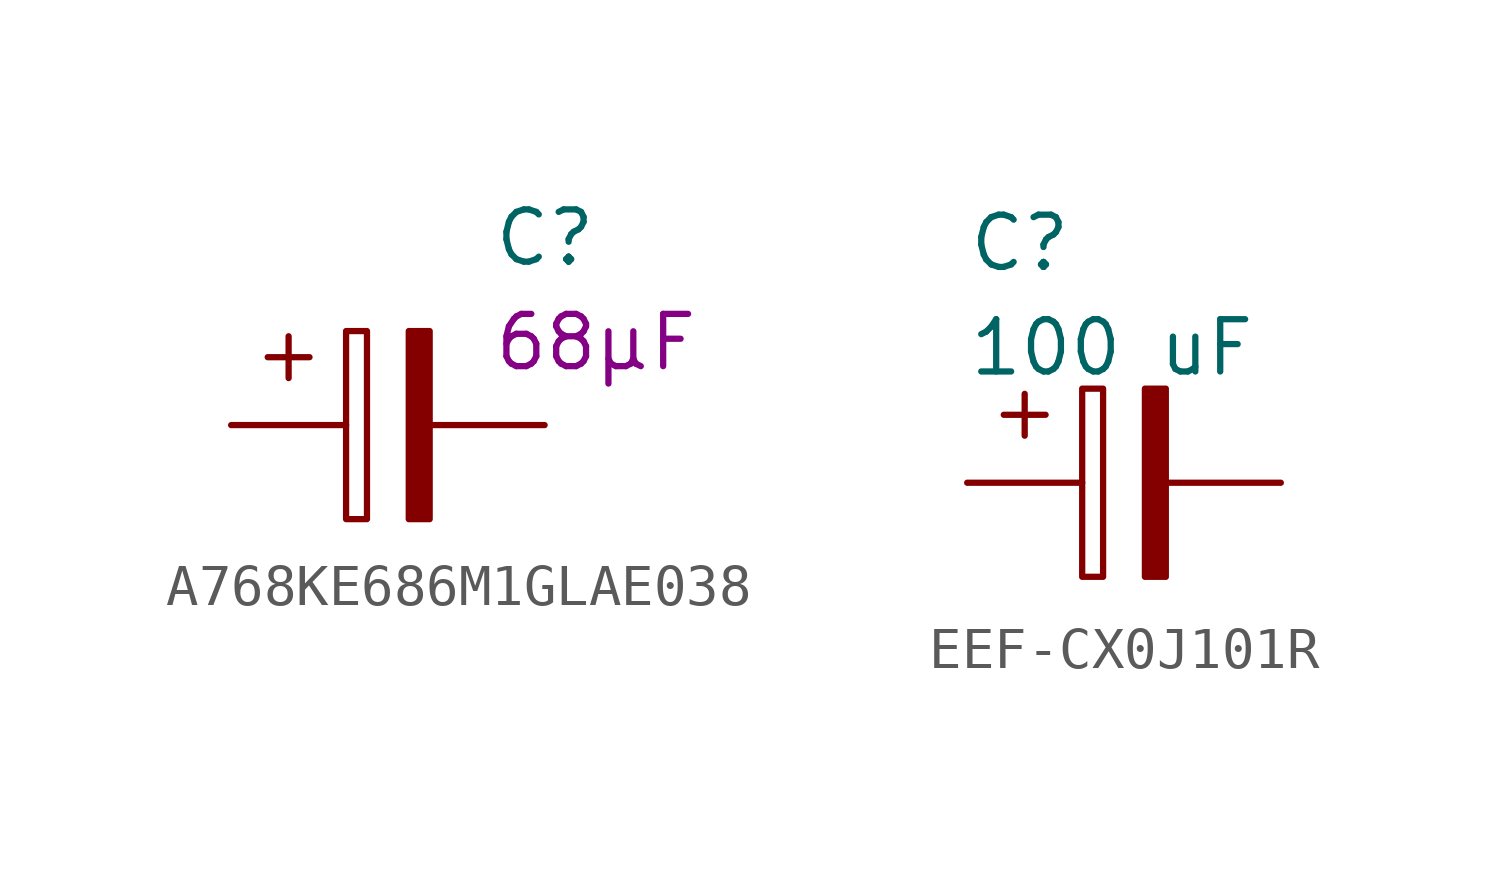
<source format=kicad_sym>
(kicad_symbol_lib
  (version 20220914)
  (generator kicad_symbol_editor)
  (symbol "A768KE686M1GLAE038"
    (pin_numbers hide)
    (pin_names
      (offset 1.016))
    (property "Reference" "C"
      (at 2.54 3.81 0)
      (effects (font (size 1.27 1.27)) (justify left bottom)))
    (property "Capacitance" "68µF"
      (at 2.54 1.27 0)
      (effects (font (size 1.27 1.27)) (justify left bottom)))
    (symbol "A768KE686M1GLAE038_0_1"
      (rectangle (start -1.016 2.286) (end -0.508 -2.286) (stroke (width 0) (type solid)) (fill (type none)))
      (polyline (pts (xy -2.921 1.651) (xy -1.905 1.651)) (stroke (width 0) (type solid)) (fill (type none)))
      (polyline (pts (xy -2.413 2.159) (xy -2.413 1.143)) (stroke (width 0) (type solid)) (fill (type none)))
      (rectangle (start 1.016 2.286) (end 0.508 -2.286) (stroke (width 0) (type solid)) (fill (type outline))))
    (symbol "A768KE686M1GLAE038_1_1"
      (pin passive line (at -3.81 0 0) (length 2.794) (name "~" (effects (font (size 1.27 1.27)))) (number "1" (effects (font (size 1.27 1.27)))))
      (pin passive line (at 3.81 0 180) (length 2.794) (name "~" (effects (font (size 1.27 1.27)))) (number "2" (effects (font (size 1.27 1.27)))))))
  (symbol "EEF-CX0J101R"
    (pin_numbers hide)
    (pin_names
      (offset 1.016))
    (property "Reference" "C"
      (at -3.81 5.08 0)
      (effects (font (size 1.27 1.27)) (justify left bottom)))
    (property "Value" "100 uF"
      (at -3.81 2.54 0)
      (effects (font (size 1.27 1.27)) (justify left bottom)))
    (symbol "EEF-CX0J101R_0_1"
      (rectangle (start -1.016 2.286) (end -0.508 -2.286) (stroke (width 0) (type solid)) (fill (type none)))
      (polyline (pts (xy -2.921 1.651) (xy -1.905 1.651)) (stroke (width 0) (type solid)) (fill (type none)))
      (polyline (pts (xy -2.413 2.159) (xy -2.413 1.143)) (stroke (width 0) (type solid)) (fill (type none)))
      (rectangle (start 1.016 2.286) (end 0.508 -2.286) (stroke (width 0) (type solid)) (fill (type outline))))
    (symbol "EEF-CX0J101R_1_1"
      (pin passive line (at -3.81 0 0) (length 2.794) (name "~" (effects (font (size 1.27 1.27)))) (number "1" (effects (font (size 1.27 1.27)))))
      (pin passive line (at 3.81 0 180) (length 2.794) (name "~" (effects (font (size 1.27 1.27)))) (number "2" (effects (font (size 1.27 1.27))))))))
</source>
